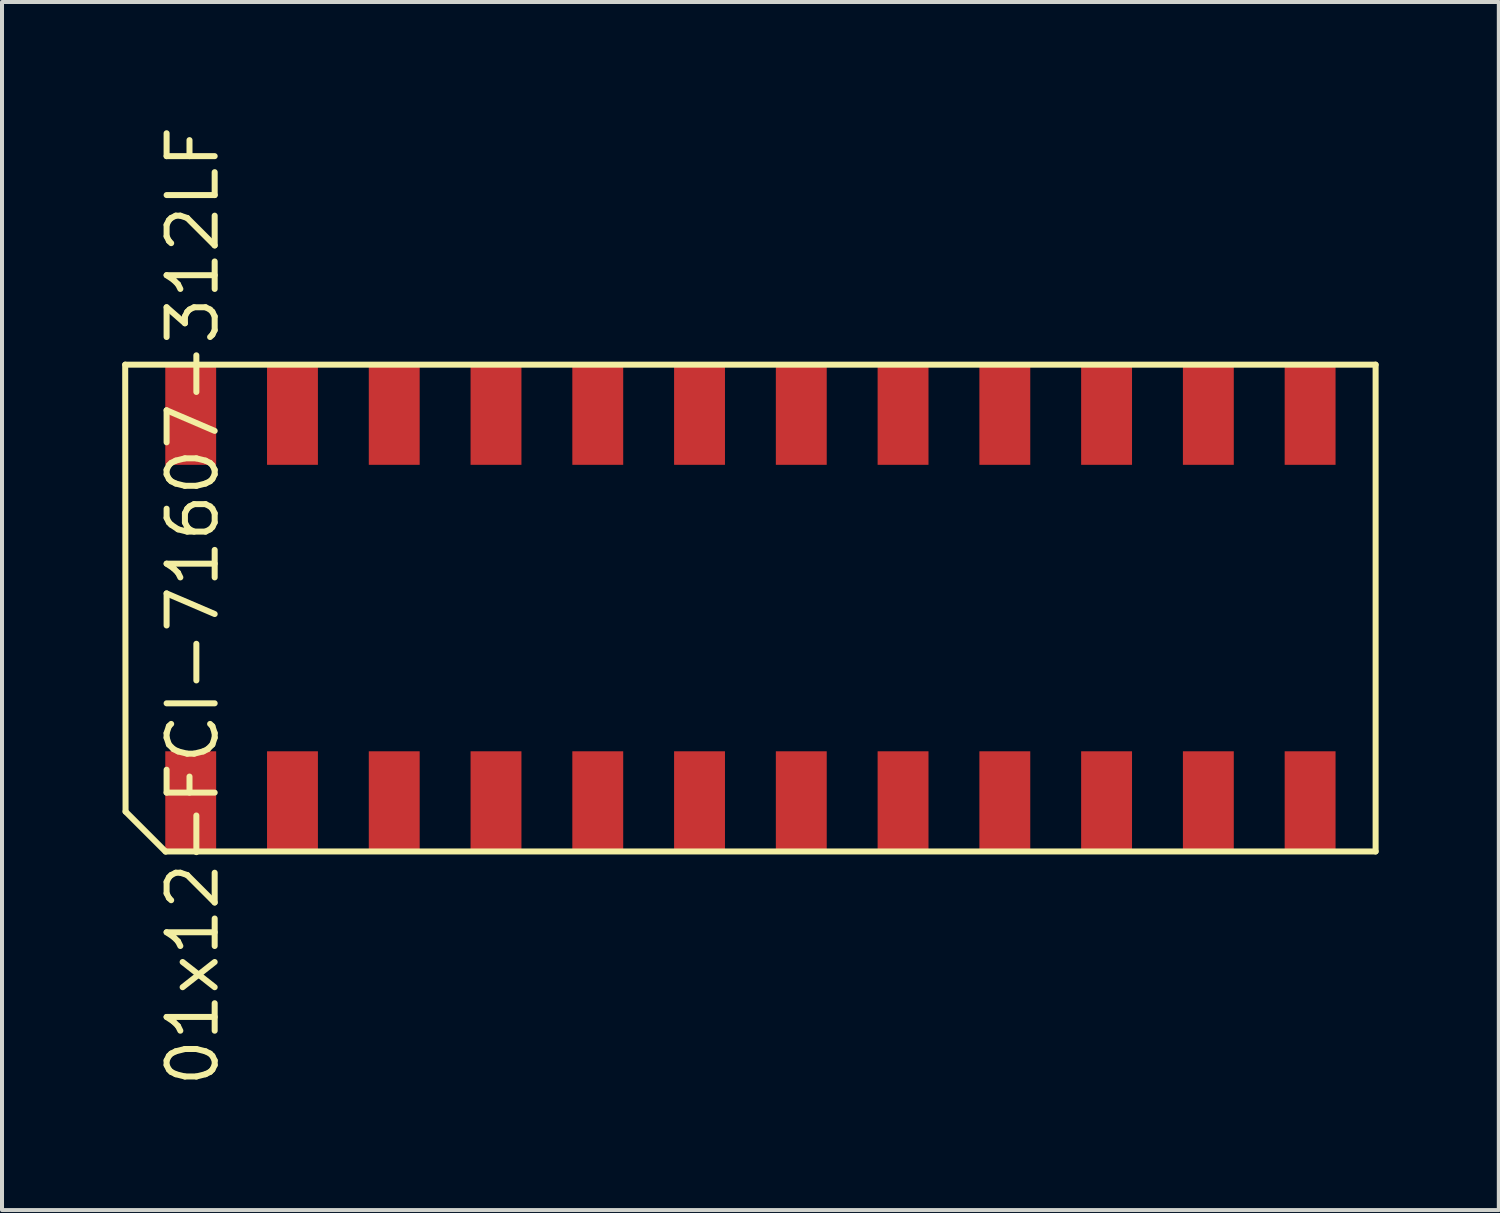
<source format=kicad_pcb>
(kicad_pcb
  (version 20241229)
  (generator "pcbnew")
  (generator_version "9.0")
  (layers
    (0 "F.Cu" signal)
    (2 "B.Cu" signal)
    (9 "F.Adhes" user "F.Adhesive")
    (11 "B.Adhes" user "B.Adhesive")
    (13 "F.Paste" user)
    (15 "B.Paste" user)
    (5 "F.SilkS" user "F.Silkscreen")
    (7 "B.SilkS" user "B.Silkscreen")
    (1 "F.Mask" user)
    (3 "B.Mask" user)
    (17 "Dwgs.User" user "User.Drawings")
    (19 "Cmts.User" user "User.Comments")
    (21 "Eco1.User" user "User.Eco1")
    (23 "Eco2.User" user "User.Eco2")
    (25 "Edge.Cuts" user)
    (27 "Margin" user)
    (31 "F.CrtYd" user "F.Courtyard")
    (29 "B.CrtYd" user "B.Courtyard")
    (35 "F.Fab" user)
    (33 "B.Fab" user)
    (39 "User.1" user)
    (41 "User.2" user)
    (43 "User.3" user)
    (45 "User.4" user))
  (footprint "01x12-FCI-71607-312LF"
    (layer "F.Cu")
    (at 15.68 12.127)
    (property "Reference" "01x12-FCI-71607-312LF" (at -13.919 -0.051 90) (layer "F.SilkS") (effects (font (size 1.2 1.2) (thickness 0.15))))
    (attr through_hole)
    (fp_line (start -15.605 -6.075) (end -15.596 5.08) (stroke (width 0.15) (type solid)) (layer "F.SilkS"))
    (fp_line (start -15.596 5.08) (end -14.596 6.08) (stroke (width 0.15) (type solid)) (layer "F.SilkS"))
    (fp_line (start -14.596 6.075) (end 15.605 6.075) (stroke (width 0.15) (type solid)) (layer "F.SilkS"))
    (fp_line (start 15.605 -6.075) (end -15.605 -6.075) (stroke (width 0.15) (type solid)) (layer "F.SilkS"))
    (fp_line (start 15.605 6.075) (end 15.605 -6.075) (stroke (width 0.15) (type solid)) (layer "F.SilkS"))
    (pad "1" smd rect (at -13.97 -4.825) (size 1.27 2.5) (layers "F.Cu" "F.Mask" "F.Paste"))
    (pad "1" smd rect (at -13.97 4.825) (size 1.27 2.5) (layers "F.Cu" "F.Mask" "F.Paste"))
    (pad "2" smd rect (at -11.43 -4.825) (size 1.27 2.5) (layers "F.Cu" "F.Mask" "F.Paste"))
    (pad "2" smd rect (at -11.43 4.825) (size 1.27 2.5) (layers "F.Cu" "F.Mask" "F.Paste"))
    (pad "3" smd rect (at -8.89 -4.825) (size 1.27 2.5) (layers "F.Cu" "F.Mask" "F.Paste"))
    (pad "3" smd rect (at -8.89 4.825) (size 1.27 2.5) (layers "F.Cu" "F.Mask" "F.Paste"))
    (pad "4" smd rect (at -6.35 -4.825) (size 1.27 2.5) (layers "F.Cu" "F.Mask" "F.Paste"))
    (pad "4" smd rect (at -6.35 4.825) (size 1.27 2.5) (layers "F.Cu" "F.Mask" "F.Paste"))
    (pad "5" smd rect (at -3.81 -4.825) (size 1.27 2.5) (layers "F.Cu" "F.Mask" "F.Paste"))
    (pad "5" smd rect (at -3.81 4.825) (size 1.27 2.5) (layers "F.Cu" "F.Mask" "F.Paste"))
    (pad "6" smd rect (at -1.27 -4.825) (size 1.27 2.5) (layers "F.Cu" "F.Mask" "F.Paste"))
    (pad "6" smd rect (at -1.27 4.825) (size 1.27 2.5) (layers "F.Cu" "F.Mask" "F.Paste"))
    (pad "7" smd rect (at 1.27 -4.825) (size 1.27 2.5) (layers "F.Cu" "F.Mask" "F.Paste"))
    (pad "7" smd rect (at 1.27 4.825) (size 1.27 2.5) (layers "F.Cu" "F.Mask" "F.Paste"))
    (pad "8" smd rect (at 3.81 -4.825) (size 1.27 2.5) (layers "F.Cu" "F.Mask" "F.Paste"))
    (pad "8" smd rect (at 3.81 4.825) (size 1.27 2.5) (layers "F.Cu" "F.Mask" "F.Paste"))
    (pad "9" smd rect (at 6.35 -4.825) (size 1.27 2.5) (layers "F.Cu" "F.Mask" "F.Paste"))
    (pad "9" smd rect (at 6.35 4.825) (size 1.27 2.5) (layers "F.Cu" "F.Mask" "F.Paste"))
    (pad "10" smd rect (at 8.89 -4.825) (size 1.27 2.5) (layers "F.Cu" "F.Mask" "F.Paste"))
    (pad "10" smd rect (at 8.89 4.825) (size 1.27 2.5) (layers "F.Cu" "F.Mask" "F.Paste"))
    (pad "11" smd rect (at 11.43 -4.825) (size 1.27 2.5) (layers "F.Cu" "F.Mask" "F.Paste"))
    (pad "11" smd rect (at 11.43 4.825) (size 1.27 2.5) (layers "F.Cu" "F.Mask" "F.Paste"))
    (pad "12" smd rect (at 13.97 -4.825) (size 1.27 2.5) (layers "F.Cu" "F.Mask" "F.Paste"))
    (pad "12" smd rect (at 13.97 4.825) (size 1.27 2.5) (layers "F.Cu" "F.Mask" "F.Paste")))
  (gr_rect
    (start -3 -3)
    (end 34.36 27.153)
    (stroke (width 0.1) (type default))
    (fill no)
    (layer "Edge.Cuts")))
</source>
